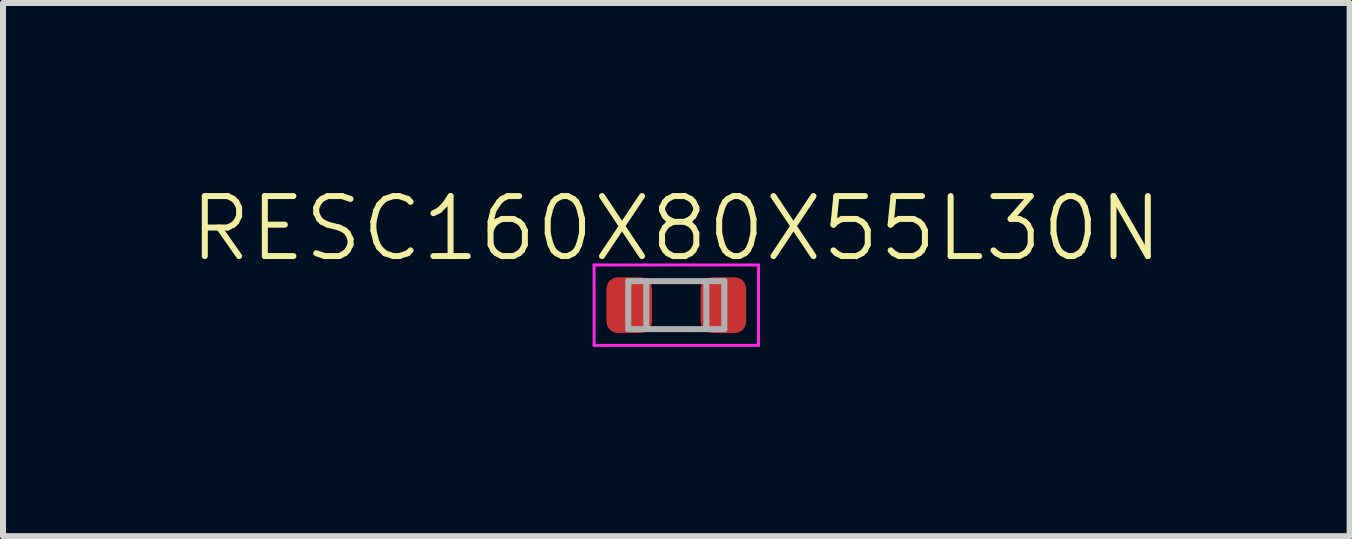
<source format=kicad_pcb>
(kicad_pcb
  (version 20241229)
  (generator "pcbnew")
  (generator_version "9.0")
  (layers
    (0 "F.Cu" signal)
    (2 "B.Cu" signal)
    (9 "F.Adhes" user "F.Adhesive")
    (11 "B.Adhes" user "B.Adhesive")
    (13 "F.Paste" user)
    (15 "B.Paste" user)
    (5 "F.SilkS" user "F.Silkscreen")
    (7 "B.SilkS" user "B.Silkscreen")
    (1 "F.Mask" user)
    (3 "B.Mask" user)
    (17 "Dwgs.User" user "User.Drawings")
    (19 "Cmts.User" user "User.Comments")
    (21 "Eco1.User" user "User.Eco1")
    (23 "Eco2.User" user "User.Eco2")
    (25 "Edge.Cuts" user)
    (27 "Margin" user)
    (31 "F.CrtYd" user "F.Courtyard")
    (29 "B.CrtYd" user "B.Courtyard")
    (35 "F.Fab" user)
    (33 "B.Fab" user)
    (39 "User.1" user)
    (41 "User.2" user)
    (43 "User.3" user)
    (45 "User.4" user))
  (footprint "RESC160X80X55L30N"
    (layer "F.Cu")
    (at 8.22 2.035)
    (property "Reference" "RESC160X80X55L30N" (at 0 -1.275 0) (unlocked yes) (layer "F.SilkS") (effects (font (size 1 1) (thickness 0.1))))
    (attr smd)
    (fp_line (start -1.37 -0.67) (end -1.37 0.67) (stroke (width 0.05) (type default)) (layer "F.CrtYd"))
    (fp_line (start -1.37 -0.67) (end 1.37 -0.67) (stroke (width 0.05) (type default)) (layer "F.CrtYd"))
    (fp_line (start -1.37 0.67) (end 1.37 0.67) (stroke (width 0.05) (type default)) (layer "F.CrtYd"))
    (fp_line (start 1.37 -0.67) (end 1.37 0.67) (stroke (width 0.05) (type default)) (layer "F.CrtYd"))
    (fp_line (start -0.8 -0.4) (end -0.8 0.4) (stroke (width 0.1) (type default)) (layer "F.Fab"))
    (fp_line (start -0.8 -0.4) (end 0.8 -0.4) (stroke (width 0.1) (type default)) (layer "F.Fab"))
    (fp_line (start -0.8 0.4) (end 0.8 0.4) (stroke (width 0.1) (type default)) (layer "F.Fab"))
    (fp_line (start -0.5 -0.4) (end -0.5 0.4) (stroke (width 0.1) (type default)) (layer "F.Fab"))
    (fp_line (start 0.5 -0.4) (end 0.5 0.4) (stroke (width 0.1) (type default)) (layer "F.Fab"))
    (fp_line (start 0.8 -0.4) (end 0.8 0.4) (stroke (width 0.1) (type default)) (layer "F.Fab"))
    (fp_line (start -0.8 -0.4) (end -0.8 0.4) (stroke (width 0.1) (type default)) (layer "User.2"))
    (fp_line (start -0.8 0.4) (end 0.8 0.4) (stroke (width 0.1) (type default)) (layer "User.2"))
    (fp_line (start -0.35 0) (end 0.35 0) (stroke (width 0.1) (type default)) (layer "User.2"))
    (fp_line (start 0 0.35) (end 0 -0.35) (stroke (width 0.1) (type default)) (layer "User.2"))
    (fp_line (start 0.8 -0.4) (end -0.8 -0.4) (stroke (width 0.1) (type default)) (layer "User.2"))
    (fp_line (start 0.8 0.4) (end 0.8 -0.4) (stroke (width 0.1) (type default)) (layer "User.2"))
    (fp_circle (center 0 0) (end 0 0.25) (stroke (width 0.1) (type default)) (fill no) (layer "User.2"))
    (fp_text user "${REFERENCE}" (at 0 0 0) (unlocked yes) (layer "User.3") (effects (font (size 1 1) (thickness 0.15))))
    (pad "1" smd roundrect (at -0.785 0) (size 0.76 0.93) (layers "F.Cu" "F.Mask" "F.Paste") (roundrect_rratio 0.25))
    (pad "2" smd roundrect (at 0.785 0) (size 0.76 0.93) (layers "F.Cu" "F.Mask" "F.Paste") (roundrect_rratio 0.25)))
  (gr_rect
    (start -3 -3)
    (end 19.44 5.884)
    (stroke (width 0.1) (type default))
    (fill no)
    (layer "Edge.Cuts")))
</source>
